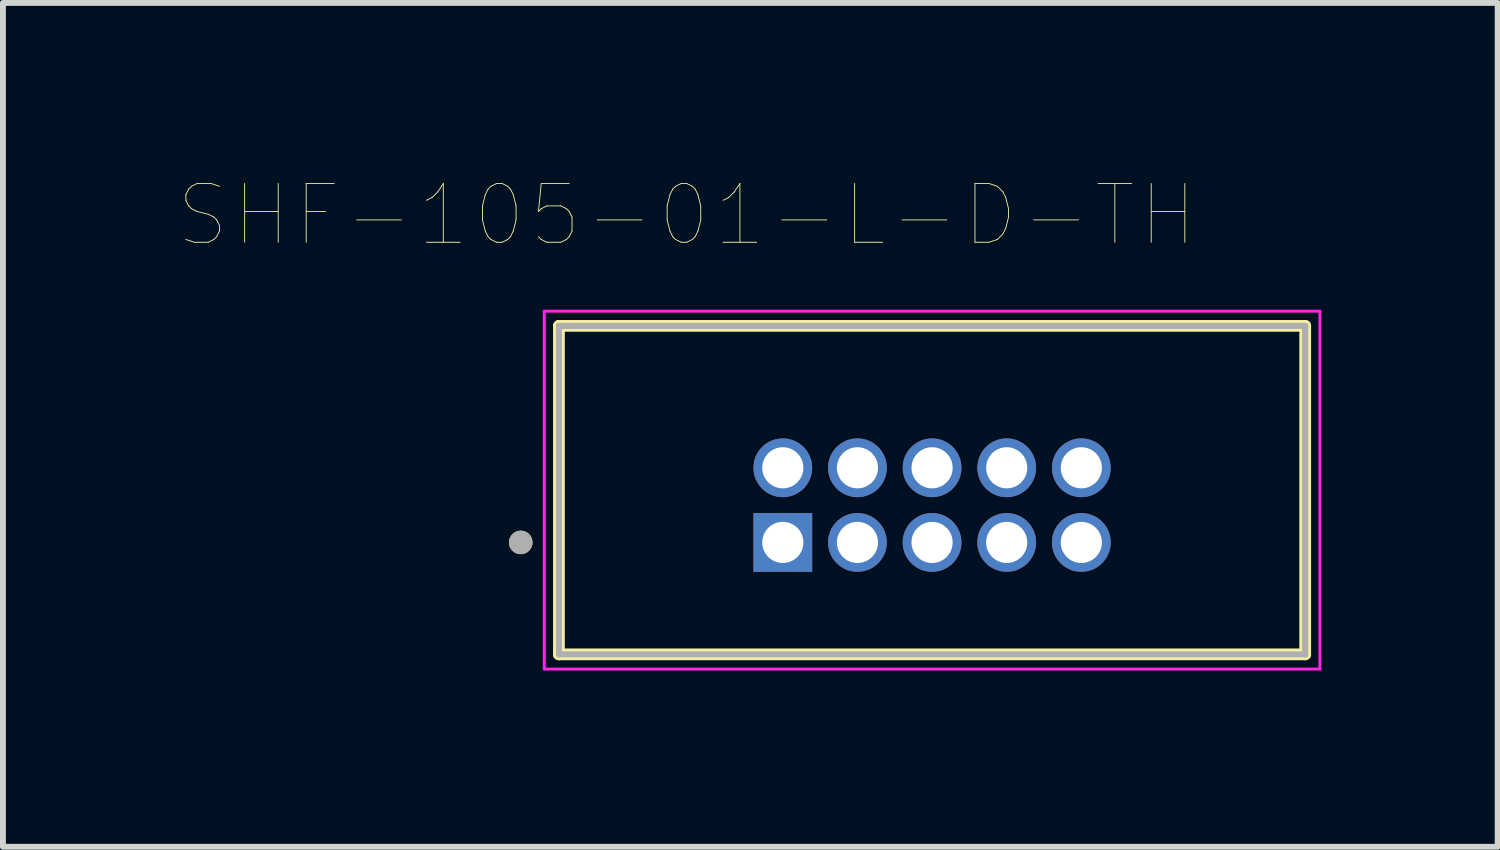
<source format=kicad_pcb>
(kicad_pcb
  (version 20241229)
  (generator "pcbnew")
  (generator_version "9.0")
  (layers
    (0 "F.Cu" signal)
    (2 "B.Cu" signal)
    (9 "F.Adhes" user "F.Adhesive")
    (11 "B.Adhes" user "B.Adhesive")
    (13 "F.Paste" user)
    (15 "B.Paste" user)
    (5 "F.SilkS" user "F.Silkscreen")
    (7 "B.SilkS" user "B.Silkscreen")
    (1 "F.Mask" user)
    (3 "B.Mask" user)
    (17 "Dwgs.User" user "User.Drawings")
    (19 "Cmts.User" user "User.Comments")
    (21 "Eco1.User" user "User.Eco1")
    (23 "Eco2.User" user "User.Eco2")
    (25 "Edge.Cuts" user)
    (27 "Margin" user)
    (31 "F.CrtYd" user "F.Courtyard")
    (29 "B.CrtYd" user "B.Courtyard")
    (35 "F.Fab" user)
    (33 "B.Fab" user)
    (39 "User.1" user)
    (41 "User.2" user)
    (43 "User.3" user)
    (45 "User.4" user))
  (footprint "SHF-105-01-L-D-TH"
    (layer "F.Cu")
    (at 10.272 6.181)
    (property "Reference" "SHF-105-01-L-D-TH" (at -1.635 -5.57 0) (layer "F.SilkS") (effects (font (size 1 1) (thickness 0.015))))
    (attr through_hole)
    (fp_line (start -3.81 1.905) (end -3.81 -3.685) (stroke (width 0.2) (type solid)) (layer "F.SilkS"))
    (fp_line (start 8.89 -3.685) (end -3.81 -3.685) (stroke (width 0.2) (type solid)) (layer "F.SilkS"))
    (fp_line (start 8.89 -3.685) (end 8.89 1.905) (stroke (width 0.2) (type solid)) (layer "F.SilkS"))
    (fp_line (start 8.89 1.905) (end -3.81 1.905) (stroke (width 0.2) (type solid)) (layer "F.SilkS"))
    (fp_circle (center -4.46 0) (end -4.36 0) (stroke (width 0.2) (type solid)) (fill no) (layer "F.SilkS"))
    (fp_line (start -4.06 -3.935) (end 9.14 -3.935) (stroke (width 0.05) (type solid)) (layer "F.CrtYd"))
    (fp_line (start -4.06 2.155) (end -4.06 -3.935) (stroke (width 0.05) (type solid)) (layer "F.CrtYd"))
    (fp_line (start 9.14 -3.935) (end 9.14 2.155) (stroke (width 0.05) (type solid)) (layer "F.CrtYd"))
    (fp_line (start 9.14 2.155) (end -4.06 2.155) (stroke (width 0.05) (type solid)) (layer "F.CrtYd"))
    (fp_line (start -3.81 -3.685) (end 8.89 -3.685) (stroke (width 0.1) (type solid)) (layer "F.Fab"))
    (fp_line (start -3.81 -3.685) (end 8.89 -3.685) (stroke (width 0.1) (type solid)) (layer "F.Fab"))
    (fp_line (start -3.81 1.905) (end -3.81 -3.685) (stroke (width 0.1) (type solid)) (layer "F.Fab"))
    (fp_line (start -3.81 1.905) (end -3.81 -3.685) (stroke (width 0.1) (type solid)) (layer "F.Fab"))
    (fp_line (start 8.89 -3.685) (end 8.89 1.905) (stroke (width 0.1) (type solid)) (layer "F.Fab"))
    (fp_line (start 8.89 -3.685) (end 8.89 1.905) (stroke (width 0.1) (type solid)) (layer "F.Fab"))
    (fp_line (start 8.89 1.905) (end -3.81 1.905) (stroke (width 0.1) (type solid)) (layer "F.Fab"))
    (fp_circle (center -4.46 0) (end -4.36 0) (stroke (width 0.2) (type solid)) (fill no) (layer "F.Fab"))
    (pad "1" thru_hole rect (at 0 0) (size 1 1) (drill 0.7) (layers "*.Cu" "*.Mask"))
    (pad "2" thru_hole circle (at 0 -1.27) (size 1 1) (drill 0.7) (layers "*.Cu" "*.Mask"))
    (pad "3" thru_hole circle (at 1.27 0) (size 1 1) (drill 0.7) (layers "*.Cu" "*.Mask"))
    (pad "4" thru_hole circle (at 1.27 -1.27) (size 1 1) (drill 0.7) (layers "*.Cu" "*.Mask"))
    (pad "5" thru_hole circle (at 2.54 0) (size 1 1) (drill 0.7) (layers "*.Cu" "*.Mask"))
    (pad "6" thru_hole circle (at 2.54 -1.27) (size 1 1) (drill 0.7) (layers "*.Cu" "*.Mask"))
    (pad "7" thru_hole circle (at 3.81 0) (size 1 1) (drill 0.7) (layers "*.Cu" "*.Mask"))
    (pad "8" thru_hole circle (at 3.81 -1.27) (size 1 1) (drill 0.7) (layers "*.Cu" "*.Mask"))
    (pad "9" thru_hole circle (at 5.08 0) (size 1 1) (drill 0.7) (layers "*.Cu" "*.Mask"))
    (pad "10" thru_hole circle (at 5.08 -1.27) (size 1 1) (drill 0.7) (layers "*.Cu" "*.Mask")))
  (gr_rect
    (start -3 -3)
    (end 22.437 11.361)
    (stroke (width 0.1) (type default))
    (fill no)
    (layer "Edge.Cuts")))
</source>
